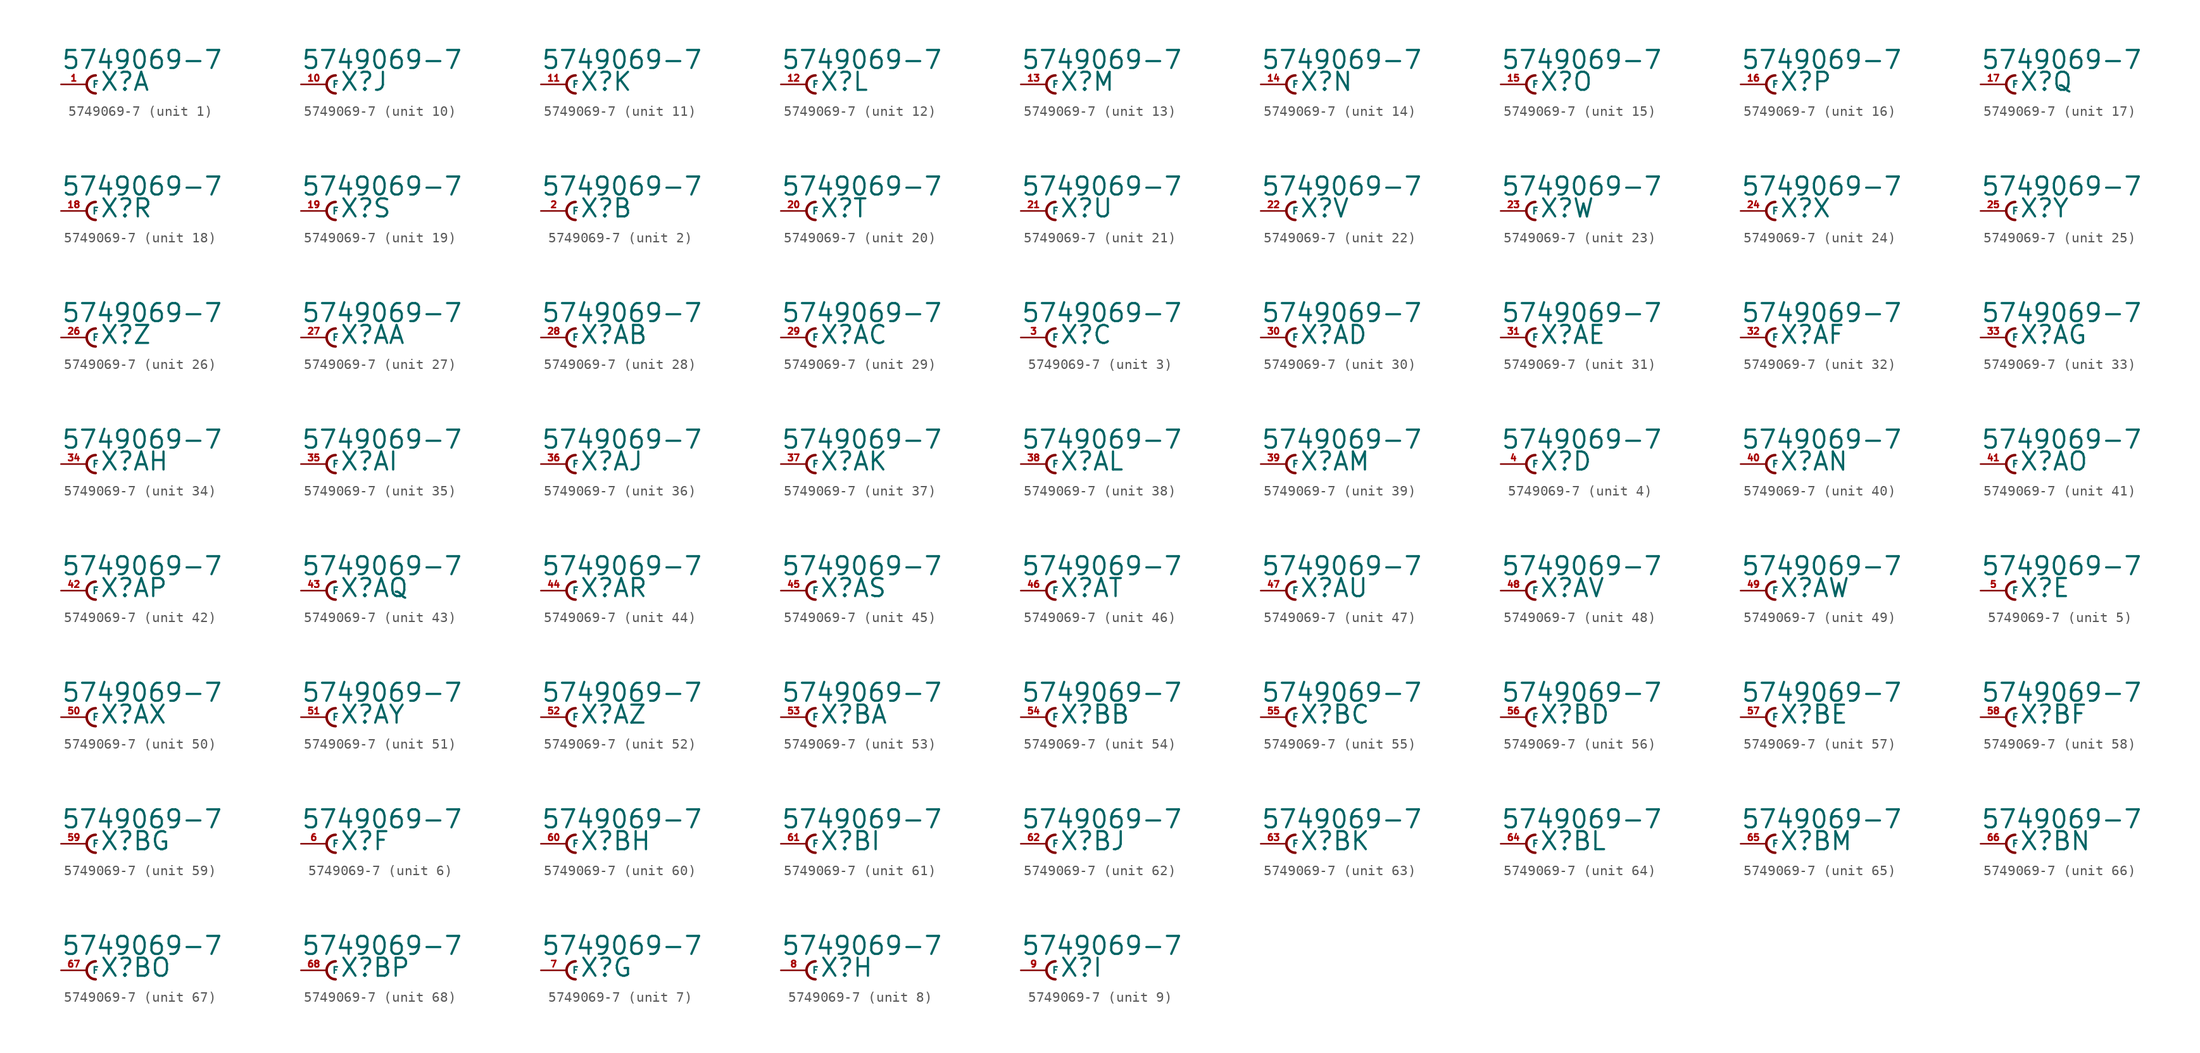
<source format=kicad_sym>
(kicad_symbol_lib
  (version 20220914)
  (generator Eagle2Kicad)
  (symbol "5749069-7"
    (property "Reference" "X"
      (at 1.27 -0.762 0)
      (effects (font (size 1.778 1.778) (thickness 0.22)) (justify left bottom)))
    (property "Value" "5749069-7"
      (at -2.54 1.397 0)
      (effects (font (size 1.778 1.778) (thickness 0.22)) (justify left bottom)))
    (symbol "5749069-7_1_0"
      (arc (start 0.889 0.889) (mid 0.000 0.000) (end 0.889 -0.889) (stroke (width 0.254) (type default)) (fill (type none)))
      (pin passive line (at -2.54 0 0) (length 2.54) (name "F" (effects (font (size 0.635 0.635) (thickness 0.08)) (justify left bottom))) (number "1" (effects (font (size 0.635 0.635) (thickness 0.08)) (justify left bottom)))))
    (symbol "5749069-7_2_0"
      (arc (start 0.889 0.889) (mid 0.000 0.000) (end 0.889 -0.889) (stroke (width 0.254) (type default)) (fill (type none)))
      (pin passive line (at -2.54 0 0) (length 2.54) (name "F" (effects (font (size 0.635 0.635) (thickness 0.08)) (justify left bottom))) (number "2" (effects (font (size 0.635 0.635) (thickness 0.08)) (justify left bottom)))))
    (symbol "5749069-7_3_0"
      (arc (start 0.889 0.889) (mid 0.000 0.000) (end 0.889 -0.889) (stroke (width 0.254) (type default)) (fill (type none)))
      (pin passive line (at -2.54 0 0) (length 2.54) (name "F" (effects (font (size 0.635 0.635) (thickness 0.08)) (justify left bottom))) (number "3" (effects (font (size 0.635 0.635) (thickness 0.08)) (justify left bottom)))))
    (symbol "5749069-7_4_0"
      (arc (start 0.889 0.889) (mid 0.000 0.000) (end 0.889 -0.889) (stroke (width 0.254) (type default)) (fill (type none)))
      (pin passive line (at -2.54 0 0) (length 2.54) (name "F" (effects (font (size 0.635 0.635) (thickness 0.08)) (justify left bottom))) (number "4" (effects (font (size 0.635 0.635) (thickness 0.08)) (justify left bottom)))))
    (symbol "5749069-7_5_0"
      (arc (start 0.889 0.889) (mid 0.000 0.000) (end 0.889 -0.889) (stroke (width 0.254) (type default)) (fill (type none)))
      (pin passive line (at -2.54 0 0) (length 2.54) (name "F" (effects (font (size 0.635 0.635) (thickness 0.08)) (justify left bottom))) (number "5" (effects (font (size 0.635 0.635) (thickness 0.08)) (justify left bottom)))))
    (symbol "5749069-7_6_0"
      (arc (start 0.889 0.889) (mid 0.000 0.000) (end 0.889 -0.889) (stroke (width 0.254) (type default)) (fill (type none)))
      (pin passive line (at -2.54 0 0) (length 2.54) (name "F" (effects (font (size 0.635 0.635) (thickness 0.08)) (justify left bottom))) (number "6" (effects (font (size 0.635 0.635) (thickness 0.08)) (justify left bottom)))))
    (symbol "5749069-7_7_0"
      (arc (start 0.889 0.889) (mid 0.000 0.000) (end 0.889 -0.889) (stroke (width 0.254) (type default)) (fill (type none)))
      (pin passive line (at -2.54 0 0) (length 2.54) (name "F" (effects (font (size 0.635 0.635) (thickness 0.08)) (justify left bottom))) (number "7" (effects (font (size 0.635 0.635) (thickness 0.08)) (justify left bottom)))))
    (symbol "5749069-7_8_0"
      (arc (start 0.889 0.889) (mid 0.000 0.000) (end 0.889 -0.889) (stroke (width 0.254) (type default)) (fill (type none)))
      (pin passive line (at -2.54 0 0) (length 2.54) (name "F" (effects (font (size 0.635 0.635) (thickness 0.08)) (justify left bottom))) (number "8" (effects (font (size 0.635 0.635) (thickness 0.08)) (justify left bottom)))))
    (symbol "5749069-7_9_0"
      (arc (start 0.889 0.889) (mid 0.000 0.000) (end 0.889 -0.889) (stroke (width 0.254) (type default)) (fill (type none)))
      (pin passive line (at -2.54 0 0) (length 2.54) (name "F" (effects (font (size 0.635 0.635) (thickness 0.08)) (justify left bottom))) (number "9" (effects (font (size 0.635 0.635) (thickness 0.08)) (justify left bottom)))))
    (symbol "5749069-7_10_0"
      (arc (start 0.889 0.889) (mid 0.000 0.000) (end 0.889 -0.889) (stroke (width 0.254) (type default)) (fill (type none)))
      (pin passive line (at -2.54 0 0) (length 2.54) (name "F" (effects (font (size 0.635 0.635) (thickness 0.08)) (justify left bottom))) (number "10" (effects (font (size 0.635 0.635) (thickness 0.08)) (justify left bottom)))))
    (symbol "5749069-7_11_0"
      (arc (start 0.889 0.889) (mid 0.000 0.000) (end 0.889 -0.889) (stroke (width 0.254) (type default)) (fill (type none)))
      (pin passive line (at -2.54 0 0) (length 2.54) (name "F" (effects (font (size 0.635 0.635) (thickness 0.08)) (justify left bottom))) (number "11" (effects (font (size 0.635 0.635) (thickness 0.08)) (justify left bottom)))))
    (symbol "5749069-7_12_0"
      (arc (start 0.889 0.889) (mid 0.000 0.000) (end 0.889 -0.889) (stroke (width 0.254) (type default)) (fill (type none)))
      (pin passive line (at -2.54 0 0) (length 2.54) (name "F" (effects (font (size 0.635 0.635) (thickness 0.08)) (justify left bottom))) (number "12" (effects (font (size 0.635 0.635) (thickness 0.08)) (justify left bottom)))))
    (symbol "5749069-7_13_0"
      (arc (start 0.889 0.889) (mid 0.000 0.000) (end 0.889 -0.889) (stroke (width 0.254) (type default)) (fill (type none)))
      (pin passive line (at -2.54 0 0) (length 2.54) (name "F" (effects (font (size 0.635 0.635) (thickness 0.08)) (justify left bottom))) (number "13" (effects (font (size 0.635 0.635) (thickness 0.08)) (justify left bottom)))))
    (symbol "5749069-7_14_0"
      (arc (start 0.889 0.889) (mid 0.000 0.000) (end 0.889 -0.889) (stroke (width 0.254) (type default)) (fill (type none)))
      (pin passive line (at -2.54 0 0) (length 2.54) (name "F" (effects (font (size 0.635 0.635) (thickness 0.08)) (justify left bottom))) (number "14" (effects (font (size 0.635 0.635) (thickness 0.08)) (justify left bottom)))))
    (symbol "5749069-7_15_0"
      (arc (start 0.889 0.889) (mid 0.000 0.000) (end 0.889 -0.889) (stroke (width 0.254) (type default)) (fill (type none)))
      (pin passive line (at -2.54 0 0) (length 2.54) (name "F" (effects (font (size 0.635 0.635) (thickness 0.08)) (justify left bottom))) (number "15" (effects (font (size 0.635 0.635) (thickness 0.08)) (justify left bottom)))))
    (symbol "5749069-7_16_0"
      (arc (start 0.889 0.889) (mid 0.000 0.000) (end 0.889 -0.889) (stroke (width 0.254) (type default)) (fill (type none)))
      (pin passive line (at -2.54 0 0) (length 2.54) (name "F" (effects (font (size 0.635 0.635) (thickness 0.08)) (justify left bottom))) (number "16" (effects (font (size 0.635 0.635) (thickness 0.08)) (justify left bottom)))))
    (symbol "5749069-7_17_0"
      (arc (start 0.889 0.889) (mid 0.000 0.000) (end 0.889 -0.889) (stroke (width 0.254) (type default)) (fill (type none)))
      (pin passive line (at -2.54 0 0) (length 2.54) (name "F" (effects (font (size 0.635 0.635) (thickness 0.08)) (justify left bottom))) (number "17" (effects (font (size 0.635 0.635) (thickness 0.08)) (justify left bottom)))))
    (symbol "5749069-7_18_0"
      (arc (start 0.889 0.889) (mid 0.000 0.000) (end 0.889 -0.889) (stroke (width 0.254) (type default)) (fill (type none)))
      (pin passive line (at -2.54 0 0) (length 2.54) (name "F" (effects (font (size 0.635 0.635) (thickness 0.08)) (justify left bottom))) (number "18" (effects (font (size 0.635 0.635) (thickness 0.08)) (justify left bottom)))))
    (symbol "5749069-7_19_0"
      (arc (start 0.889 0.889) (mid 0.000 0.000) (end 0.889 -0.889) (stroke (width 0.254) (type default)) (fill (type none)))
      (pin passive line (at -2.54 0 0) (length 2.54) (name "F" (effects (font (size 0.635 0.635) (thickness 0.08)) (justify left bottom))) (number "19" (effects (font (size 0.635 0.635) (thickness 0.08)) (justify left bottom)))))
    (symbol "5749069-7_20_0"
      (arc (start 0.889 0.889) (mid 0.000 0.000) (end 0.889 -0.889) (stroke (width 0.254) (type default)) (fill (type none)))
      (pin passive line (at -2.54 0 0) (length 2.54) (name "F" (effects (font (size 0.635 0.635) (thickness 0.08)) (justify left bottom))) (number "20" (effects (font (size 0.635 0.635) (thickness 0.08)) (justify left bottom)))))
    (symbol "5749069-7_21_0"
      (arc (start 0.889 0.889) (mid 0.000 0.000) (end 0.889 -0.889) (stroke (width 0.254) (type default)) (fill (type none)))
      (pin passive line (at -2.54 0 0) (length 2.54) (name "F" (effects (font (size 0.635 0.635) (thickness 0.08)) (justify left bottom))) (number "21" (effects (font (size 0.635 0.635) (thickness 0.08)) (justify left bottom)))))
    (symbol "5749069-7_22_0"
      (arc (start 0.889 0.889) (mid 0.000 0.000) (end 0.889 -0.889) (stroke (width 0.254) (type default)) (fill (type none)))
      (pin passive line (at -2.54 0 0) (length 2.54) (name "F" (effects (font (size 0.635 0.635) (thickness 0.08)) (justify left bottom))) (number "22" (effects (font (size 0.635 0.635) (thickness 0.08)) (justify left bottom)))))
    (symbol "5749069-7_23_0"
      (arc (start 0.889 0.889) (mid 0.000 0.000) (end 0.889 -0.889) (stroke (width 0.254) (type default)) (fill (type none)))
      (pin passive line (at -2.54 0 0) (length 2.54) (name "F" (effects (font (size 0.635 0.635) (thickness 0.08)) (justify left bottom))) (number "23" (effects (font (size 0.635 0.635) (thickness 0.08)) (justify left bottom)))))
    (symbol "5749069-7_24_0"
      (arc (start 0.889 0.889) (mid 0.000 0.000) (end 0.889 -0.889) (stroke (width 0.254) (type default)) (fill (type none)))
      (pin passive line (at -2.54 0 0) (length 2.54) (name "F" (effects (font (size 0.635 0.635) (thickness 0.08)) (justify left bottom))) (number "24" (effects (font (size 0.635 0.635) (thickness 0.08)) (justify left bottom)))))
    (symbol "5749069-7_25_0"
      (arc (start 0.889 0.889) (mid 0.000 0.000) (end 0.889 -0.889) (stroke (width 0.254) (type default)) (fill (type none)))
      (pin passive line (at -2.54 0 0) (length 2.54) (name "F" (effects (font (size 0.635 0.635) (thickness 0.08)) (justify left bottom))) (number "25" (effects (font (size 0.635 0.635) (thickness 0.08)) (justify left bottom)))))
    (symbol "5749069-7_26_0"
      (arc (start 0.889 0.889) (mid 0.000 0.000) (end 0.889 -0.889) (stroke (width 0.254) (type default)) (fill (type none)))
      (pin passive line (at -2.54 0 0) (length 2.54) (name "F" (effects (font (size 0.635 0.635) (thickness 0.08)) (justify left bottom))) (number "26" (effects (font (size 0.635 0.635) (thickness 0.08)) (justify left bottom)))))
    (symbol "5749069-7_27_0"
      (arc (start 0.889 0.889) (mid 0.000 0.000) (end 0.889 -0.889) (stroke (width 0.254) (type default)) (fill (type none)))
      (pin passive line (at -2.54 0 0) (length 2.54) (name "F" (effects (font (size 0.635 0.635) (thickness 0.08)) (justify left bottom))) (number "27" (effects (font (size 0.635 0.635) (thickness 0.08)) (justify left bottom)))))
    (symbol "5749069-7_28_0"
      (arc (start 0.889 0.889) (mid 0.000 0.000) (end 0.889 -0.889) (stroke (width 0.254) (type default)) (fill (type none)))
      (pin passive line (at -2.54 0 0) (length 2.54) (name "F" (effects (font (size 0.635 0.635) (thickness 0.08)) (justify left bottom))) (number "28" (effects (font (size 0.635 0.635) (thickness 0.08)) (justify left bottom)))))
    (symbol "5749069-7_29_0"
      (arc (start 0.889 0.889) (mid 0.000 0.000) (end 0.889 -0.889) (stroke (width 0.254) (type default)) (fill (type none)))
      (pin passive line (at -2.54 0 0) (length 2.54) (name "F" (effects (font (size 0.635 0.635) (thickness 0.08)) (justify left bottom))) (number "29" (effects (font (size 0.635 0.635) (thickness 0.08)) (justify left bottom)))))
    (symbol "5749069-7_30_0"
      (arc (start 0.889 0.889) (mid 0.000 0.000) (end 0.889 -0.889) (stroke (width 0.254) (type default)) (fill (type none)))
      (pin passive line (at -2.54 0 0) (length 2.54) (name "F" (effects (font (size 0.635 0.635) (thickness 0.08)) (justify left bottom))) (number "30" (effects (font (size 0.635 0.635) (thickness 0.08)) (justify left bottom)))))
    (symbol "5749069-7_31_0"
      (arc (start 0.889 0.889) (mid 0.000 0.000) (end 0.889 -0.889) (stroke (width 0.254) (type default)) (fill (type none)))
      (pin passive line (at -2.54 0 0) (length 2.54) (name "F" (effects (font (size 0.635 0.635) (thickness 0.08)) (justify left bottom))) (number "31" (effects (font (size 0.635 0.635) (thickness 0.08)) (justify left bottom)))))
    (symbol "5749069-7_32_0"
      (arc (start 0.889 0.889) (mid 0.000 0.000) (end 0.889 -0.889) (stroke (width 0.254) (type default)) (fill (type none)))
      (pin passive line (at -2.54 0 0) (length 2.54) (name "F" (effects (font (size 0.635 0.635) (thickness 0.08)) (justify left bottom))) (number "32" (effects (font (size 0.635 0.635) (thickness 0.08)) (justify left bottom)))))
    (symbol "5749069-7_33_0"
      (arc (start 0.889 0.889) (mid 0.000 0.000) (end 0.889 -0.889) (stroke (width 0.254) (type default)) (fill (type none)))
      (pin passive line (at -2.54 0 0) (length 2.54) (name "F" (effects (font (size 0.635 0.635) (thickness 0.08)) (justify left bottom))) (number "33" (effects (font (size 0.635 0.635) (thickness 0.08)) (justify left bottom)))))
    (symbol "5749069-7_34_0"
      (arc (start 0.889 0.889) (mid 0.000 0.000) (end 0.889 -0.889) (stroke (width 0.254) (type default)) (fill (type none)))
      (pin passive line (at -2.54 0 0) (length 2.54) (name "F" (effects (font (size 0.635 0.635) (thickness 0.08)) (justify left bottom))) (number "34" (effects (font (size 0.635 0.635) (thickness 0.08)) (justify left bottom)))))
    (symbol "5749069-7_35_0"
      (arc (start 0.889 0.889) (mid 0.000 0.000) (end 0.889 -0.889) (stroke (width 0.254) (type default)) (fill (type none)))
      (pin passive line (at -2.54 0 0) (length 2.54) (name "F" (effects (font (size 0.635 0.635) (thickness 0.08)) (justify left bottom))) (number "35" (effects (font (size 0.635 0.635) (thickness 0.08)) (justify left bottom)))))
    (symbol "5749069-7_36_0"
      (arc (start 0.889 0.889) (mid 0.000 0.000) (end 0.889 -0.889) (stroke (width 0.254) (type default)) (fill (type none)))
      (pin passive line (at -2.54 0 0) (length 2.54) (name "F" (effects (font (size 0.635 0.635) (thickness 0.08)) (justify left bottom))) (number "36" (effects (font (size 0.635 0.635) (thickness 0.08)) (justify left bottom)))))
    (symbol "5749069-7_37_0"
      (arc (start 0.889 0.889) (mid 0.000 0.000) (end 0.889 -0.889) (stroke (width 0.254) (type default)) (fill (type none)))
      (pin passive line (at -2.54 0 0) (length 2.54) (name "F" (effects (font (size 0.635 0.635) (thickness 0.08)) (justify left bottom))) (number "37" (effects (font (size 0.635 0.635) (thickness 0.08)) (justify left bottom)))))
    (symbol "5749069-7_38_0"
      (arc (start 0.889 0.889) (mid 0.000 0.000) (end 0.889 -0.889) (stroke (width 0.254) (type default)) (fill (type none)))
      (pin passive line (at -2.54 0 0) (length 2.54) (name "F" (effects (font (size 0.635 0.635) (thickness 0.08)) (justify left bottom))) (number "38" (effects (font (size 0.635 0.635) (thickness 0.08)) (justify left bottom)))))
    (symbol "5749069-7_39_0"
      (arc (start 0.889 0.889) (mid 0.000 0.000) (end 0.889 -0.889) (stroke (width 0.254) (type default)) (fill (type none)))
      (pin passive line (at -2.54 0 0) (length 2.54) (name "F" (effects (font (size 0.635 0.635) (thickness 0.08)) (justify left bottom))) (number "39" (effects (font (size 0.635 0.635) (thickness 0.08)) (justify left bottom)))))
    (symbol "5749069-7_40_0"
      (arc (start 0.889 0.889) (mid 0.000 0.000) (end 0.889 -0.889) (stroke (width 0.254) (type default)) (fill (type none)))
      (pin passive line (at -2.54 0 0) (length 2.54) (name "F" (effects (font (size 0.635 0.635) (thickness 0.08)) (justify left bottom))) (number "40" (effects (font (size 0.635 0.635) (thickness 0.08)) (justify left bottom)))))
    (symbol "5749069-7_41_0"
      (arc (start 0.889 0.889) (mid 0.000 0.000) (end 0.889 -0.889) (stroke (width 0.254) (type default)) (fill (type none)))
      (pin passive line (at -2.54 0 0) (length 2.54) (name "F" (effects (font (size 0.635 0.635) (thickness 0.08)) (justify left bottom))) (number "41" (effects (font (size 0.635 0.635) (thickness 0.08)) (justify left bottom)))))
    (symbol "5749069-7_42_0"
      (arc (start 0.889 0.889) (mid 0.000 0.000) (end 0.889 -0.889) (stroke (width 0.254) (type default)) (fill (type none)))
      (pin passive line (at -2.54 0 0) (length 2.54) (name "F" (effects (font (size 0.635 0.635) (thickness 0.08)) (justify left bottom))) (number "42" (effects (font (size 0.635 0.635) (thickness 0.08)) (justify left bottom)))))
    (symbol "5749069-7_43_0"
      (arc (start 0.889 0.889) (mid 0.000 0.000) (end 0.889 -0.889) (stroke (width 0.254) (type default)) (fill (type none)))
      (pin passive line (at -2.54 0 0) (length 2.54) (name "F" (effects (font (size 0.635 0.635) (thickness 0.08)) (justify left bottom))) (number "43" (effects (font (size 0.635 0.635) (thickness 0.08)) (justify left bottom)))))
    (symbol "5749069-7_44_0"
      (arc (start 0.889 0.889) (mid 0.000 0.000) (end 0.889 -0.889) (stroke (width 0.254) (type default)) (fill (type none)))
      (pin passive line (at -2.54 0 0) (length 2.54) (name "F" (effects (font (size 0.635 0.635) (thickness 0.08)) (justify left bottom))) (number "44" (effects (font (size 0.635 0.635) (thickness 0.08)) (justify left bottom)))))
    (symbol "5749069-7_45_0"
      (arc (start 0.889 0.889) (mid 0.000 0.000) (end 0.889 -0.889) (stroke (width 0.254) (type default)) (fill (type none)))
      (pin passive line (at -2.54 0 0) (length 2.54) (name "F" (effects (font (size 0.635 0.635) (thickness 0.08)) (justify left bottom))) (number "45" (effects (font (size 0.635 0.635) (thickness 0.08)) (justify left bottom)))))
    (symbol "5749069-7_46_0"
      (arc (start 0.889 0.889) (mid 0.000 0.000) (end 0.889 -0.889) (stroke (width 0.254) (type default)) (fill (type none)))
      (pin passive line (at -2.54 0 0) (length 2.54) (name "F" (effects (font (size 0.635 0.635) (thickness 0.08)) (justify left bottom))) (number "46" (effects (font (size 0.635 0.635) (thickness 0.08)) (justify left bottom)))))
    (symbol "5749069-7_47_0"
      (arc (start 0.889 0.889) (mid 0.000 0.000) (end 0.889 -0.889) (stroke (width 0.254) (type default)) (fill (type none)))
      (pin passive line (at -2.54 0 0) (length 2.54) (name "F" (effects (font (size 0.635 0.635) (thickness 0.08)) (justify left bottom))) (number "47" (effects (font (size 0.635 0.635) (thickness 0.08)) (justify left bottom)))))
    (symbol "5749069-7_48_0"
      (arc (start 0.889 0.889) (mid 0.000 0.000) (end 0.889 -0.889) (stroke (width 0.254) (type default)) (fill (type none)))
      (pin passive line (at -2.54 0 0) (length 2.54) (name "F" (effects (font (size 0.635 0.635) (thickness 0.08)) (justify left bottom))) (number "48" (effects (font (size 0.635 0.635) (thickness 0.08)) (justify left bottom)))))
    (symbol "5749069-7_49_0"
      (arc (start 0.889 0.889) (mid 0.000 0.000) (end 0.889 -0.889) (stroke (width 0.254) (type default)) (fill (type none)))
      (pin passive line (at -2.54 0 0) (length 2.54) (name "F" (effects (font (size 0.635 0.635) (thickness 0.08)) (justify left bottom))) (number "49" (effects (font (size 0.635 0.635) (thickness 0.08)) (justify left bottom)))))
    (symbol "5749069-7_50_0"
      (arc (start 0.889 0.889) (mid 0.000 0.000) (end 0.889 -0.889) (stroke (width 0.254) (type default)) (fill (type none)))
      (pin passive line (at -2.54 0 0) (length 2.54) (name "F" (effects (font (size 0.635 0.635) (thickness 0.08)) (justify left bottom))) (number "50" (effects (font (size 0.635 0.635) (thickness 0.08)) (justify left bottom)))))
    (symbol "5749069-7_51_0"
      (arc (start 0.889 0.889) (mid 0.000 0.000) (end 0.889 -0.889) (stroke (width 0.254) (type default)) (fill (type none)))
      (pin passive line (at -2.54 0 0) (length 2.54) (name "F" (effects (font (size 0.635 0.635) (thickness 0.08)) (justify left bottom))) (number "51" (effects (font (size 0.635 0.635) (thickness 0.08)) (justify left bottom)))))
    (symbol "5749069-7_52_0"
      (arc (start 0.889 0.889) (mid 0.000 0.000) (end 0.889 -0.889) (stroke (width 0.254) (type default)) (fill (type none)))
      (pin passive line (at -2.54 0 0) (length 2.54) (name "F" (effects (font (size 0.635 0.635) (thickness 0.08)) (justify left bottom))) (number "52" (effects (font (size 0.635 0.635) (thickness 0.08)) (justify left bottom)))))
    (symbol "5749069-7_53_0"
      (arc (start 0.889 0.889) (mid 0.000 0.000) (end 0.889 -0.889) (stroke (width 0.254) (type default)) (fill (type none)))
      (pin passive line (at -2.54 0 0) (length 2.54) (name "F" (effects (font (size 0.635 0.635) (thickness 0.08)) (justify left bottom))) (number "53" (effects (font (size 0.635 0.635) (thickness 0.08)) (justify left bottom)))))
    (symbol "5749069-7_54_0"
      (arc (start 0.889 0.889) (mid 0.000 0.000) (end 0.889 -0.889) (stroke (width 0.254) (type default)) (fill (type none)))
      (pin passive line (at -2.54 0 0) (length 2.54) (name "F" (effects (font (size 0.635 0.635) (thickness 0.08)) (justify left bottom))) (number "54" (effects (font (size 0.635 0.635) (thickness 0.08)) (justify left bottom)))))
    (symbol "5749069-7_55_0"
      (arc (start 0.889 0.889) (mid 0.000 0.000) (end 0.889 -0.889) (stroke (width 0.254) (type default)) (fill (type none)))
      (pin passive line (at -2.54 0 0) (length 2.54) (name "F" (effects (font (size 0.635 0.635) (thickness 0.08)) (justify left bottom))) (number "55" (effects (font (size 0.635 0.635) (thickness 0.08)) (justify left bottom)))))
    (symbol "5749069-7_56_0"
      (arc (start 0.889 0.889) (mid 0.000 0.000) (end 0.889 -0.889) (stroke (width 0.254) (type default)) (fill (type none)))
      (pin passive line (at -2.54 0 0) (length 2.54) (name "F" (effects (font (size 0.635 0.635) (thickness 0.08)) (justify left bottom))) (number "56" (effects (font (size 0.635 0.635) (thickness 0.08)) (justify left bottom)))))
    (symbol "5749069-7_57_0"
      (arc (start 0.889 0.889) (mid 0.000 0.000) (end 0.889 -0.889) (stroke (width 0.254) (type default)) (fill (type none)))
      (pin passive line (at -2.54 0 0) (length 2.54) (name "F" (effects (font (size 0.635 0.635) (thickness 0.08)) (justify left bottom))) (number "57" (effects (font (size 0.635 0.635) (thickness 0.08)) (justify left bottom)))))
    (symbol "5749069-7_58_0"
      (arc (start 0.889 0.889) (mid 0.000 0.000) (end 0.889 -0.889) (stroke (width 0.254) (type default)) (fill (type none)))
      (pin passive line (at -2.54 0 0) (length 2.54) (name "F" (effects (font (size 0.635 0.635) (thickness 0.08)) (justify left bottom))) (number "58" (effects (font (size 0.635 0.635) (thickness 0.08)) (justify left bottom)))))
    (symbol "5749069-7_59_0"
      (arc (start 0.889 0.889) (mid 0.000 0.000) (end 0.889 -0.889) (stroke (width 0.254) (type default)) (fill (type none)))
      (pin passive line (at -2.54 0 0) (length 2.54) (name "F" (effects (font (size 0.635 0.635) (thickness 0.08)) (justify left bottom))) (number "59" (effects (font (size 0.635 0.635) (thickness 0.08)) (justify left bottom)))))
    (symbol "5749069-7_60_0"
      (arc (start 0.889 0.889) (mid 0.000 0.000) (end 0.889 -0.889) (stroke (width 0.254) (type default)) (fill (type none)))
      (pin passive line (at -2.54 0 0) (length 2.54) (name "F" (effects (font (size 0.635 0.635) (thickness 0.08)) (justify left bottom))) (number "60" (effects (font (size 0.635 0.635) (thickness 0.08)) (justify left bottom)))))
    (symbol "5749069-7_61_0"
      (arc (start 0.889 0.889) (mid 0.000 0.000) (end 0.889 -0.889) (stroke (width 0.254) (type default)) (fill (type none)))
      (pin passive line (at -2.54 0 0) (length 2.54) (name "F" (effects (font (size 0.635 0.635) (thickness 0.08)) (justify left bottom))) (number "61" (effects (font (size 0.635 0.635) (thickness 0.08)) (justify left bottom)))))
    (symbol "5749069-7_62_0"
      (arc (start 0.889 0.889) (mid 0.000 0.000) (end 0.889 -0.889) (stroke (width 0.254) (type default)) (fill (type none)))
      (pin passive line (at -2.54 0 0) (length 2.54) (name "F" (effects (font (size 0.635 0.635) (thickness 0.08)) (justify left bottom))) (number "62" (effects (font (size 0.635 0.635) (thickness 0.08)) (justify left bottom)))))
    (symbol "5749069-7_63_0"
      (arc (start 0.889 0.889) (mid 0.000 0.000) (end 0.889 -0.889) (stroke (width 0.254) (type default)) (fill (type none)))
      (pin passive line (at -2.54 0 0) (length 2.54) (name "F" (effects (font (size 0.635 0.635) (thickness 0.08)) (justify left bottom))) (number "63" (effects (font (size 0.635 0.635) (thickness 0.08)) (justify left bottom)))))
    (symbol "5749069-7_64_0"
      (arc (start 0.889 0.889) (mid 0.000 0.000) (end 0.889 -0.889) (stroke (width 0.254) (type default)) (fill (type none)))
      (pin passive line (at -2.54 0 0) (length 2.54) (name "F" (effects (font (size 0.635 0.635) (thickness 0.08)) (justify left bottom))) (number "64" (effects (font (size 0.635 0.635) (thickness 0.08)) (justify left bottom)))))
    (symbol "5749069-7_65_0"
      (arc (start 0.889 0.889) (mid 0.000 0.000) (end 0.889 -0.889) (stroke (width 0.254) (type default)) (fill (type none)))
      (pin passive line (at -2.54 0 0) (length 2.54) (name "F" (effects (font (size 0.635 0.635) (thickness 0.08)) (justify left bottom))) (number "65" (effects (font (size 0.635 0.635) (thickness 0.08)) (justify left bottom)))))
    (symbol "5749069-7_66_0"
      (arc (start 0.889 0.889) (mid 0.000 0.000) (end 0.889 -0.889) (stroke (width 0.254) (type default)) (fill (type none)))
      (pin passive line (at -2.54 0 0) (length 2.54) (name "F" (effects (font (size 0.635 0.635) (thickness 0.08)) (justify left bottom))) (number "66" (effects (font (size 0.635 0.635) (thickness 0.08)) (justify left bottom)))))
    (symbol "5749069-7_67_0"
      (arc (start 0.889 0.889) (mid 0.000 0.000) (end 0.889 -0.889) (stroke (width 0.254) (type default)) (fill (type none)))
      (pin passive line (at -2.54 0 0) (length 2.54) (name "F" (effects (font (size 0.635 0.635) (thickness 0.08)) (justify left bottom))) (number "67" (effects (font (size 0.635 0.635) (thickness 0.08)) (justify left bottom)))))
    (symbol "5749069-7_68_0"
      (arc (start 0.889 0.889) (mid 0.000 0.000) (end 0.889 -0.889) (stroke (width 0.254) (type default)) (fill (type none)))
      (pin passive line (at -2.54 0 0) (length 2.54) (name "F" (effects (font (size 0.635 0.635) (thickness 0.08)) (justify left bottom))) (number "68" (effects (font (size 0.635 0.635) (thickness 0.08)) (justify left bottom)))))))
</source>
